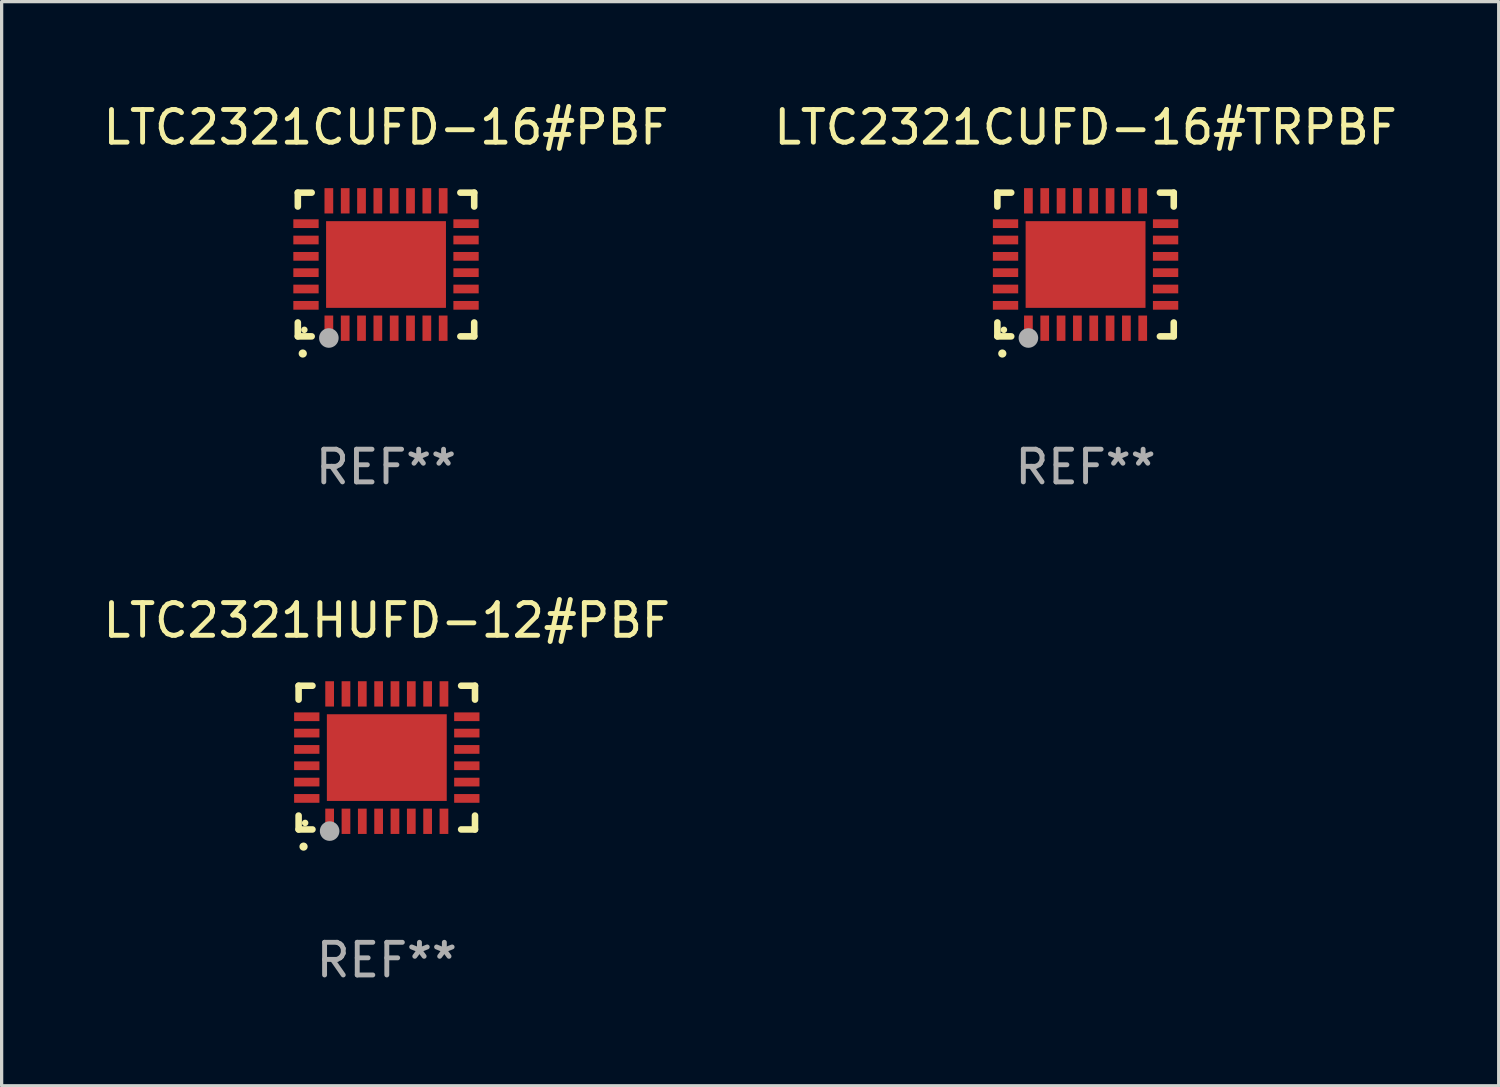
<source format=kicad_pcb>
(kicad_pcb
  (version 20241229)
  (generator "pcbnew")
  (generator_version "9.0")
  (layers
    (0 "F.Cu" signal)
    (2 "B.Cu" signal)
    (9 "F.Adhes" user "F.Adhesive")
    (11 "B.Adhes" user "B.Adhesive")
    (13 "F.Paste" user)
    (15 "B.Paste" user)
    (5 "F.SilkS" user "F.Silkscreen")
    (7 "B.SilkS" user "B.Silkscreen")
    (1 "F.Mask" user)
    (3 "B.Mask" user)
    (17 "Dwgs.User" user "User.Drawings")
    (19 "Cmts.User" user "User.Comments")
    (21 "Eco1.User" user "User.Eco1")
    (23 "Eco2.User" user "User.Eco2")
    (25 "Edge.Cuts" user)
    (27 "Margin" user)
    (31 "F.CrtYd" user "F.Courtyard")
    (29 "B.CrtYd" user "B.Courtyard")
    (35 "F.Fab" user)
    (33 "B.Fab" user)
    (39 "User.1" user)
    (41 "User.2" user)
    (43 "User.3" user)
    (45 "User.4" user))
  (footprint "LTC2321CUFD-16#PBF"
    (layer "F.Cu")
    (at 8.768 5.048)
    (property "Reference" "LTC2321CUFD-16#PBF" (at 0 -4.2 0) (layer "F.SilkS") (effects (font (size 1 1) (thickness 0.15))))
    (attr through_hole)
    (fp_line (start -2.7 -2.2) (end -2.276 -2.2) (stroke (width 0.201) (type solid)) (layer "F.SilkS"))
    (fp_line (start -2.7 -1.775) (end -2.7 -2.2) (stroke (width 0.201) (type solid)) (layer "F.SilkS"))
    (fp_line (start -2.7 2.2) (end -2.7 1.775) (stroke (width 0.201) (type solid)) (layer "F.SilkS"))
    (fp_line (start -2.276 2.2) (end -2.7 2.2) (stroke (width 0.201) (type solid)) (layer "F.SilkS"))
    (fp_line (start 2.276 2.2) (end 2.7 2.2) (stroke (width 0.201) (type solid)) (layer "F.SilkS"))
    (fp_line (start 2.7 -2.2) (end 2.276 -2.2) (stroke (width 0.201) (type solid)) (layer "F.SilkS"))
    (fp_line (start 2.7 -1.775) (end 2.7 -2.2) (stroke (width 0.201) (type solid)) (layer "F.SilkS"))
    (fp_line (start 2.7 2.2) (end 2.7 1.775) (stroke (width 0.201) (type solid)) (layer "F.SilkS"))
    (fp_arc (start -2.550165 2.725425) (mid -2.548895 2.725419) (end -2.547625 2.725425) (stroke (width 0.24892) (type solid)) (layer "F.SilkS"))
    (fp_circle (center -2.5 2) (end -2.45 2) (stroke (width 0.1) (type solid)) (fill no) (layer "F.SilkS"))
    (fp_circle (center -1.75 2.25) (end -1.6 2.25) (stroke (width 0.3) (type solid)) (fill no) (layer "F.Fab"))
    (fp_text user "REF**" (at 0 6.2 0) (layer "F.Fab") (effects (font (size 1 1) (thickness 0.15))))
    (pad "1" smd rect (at -1.75 1.95) (size 0.267 0.775) (layers "F.Cu" "F.Mask" "F.Paste"))
    (pad "2" smd rect (at -1.25 1.95) (size 0.267 0.775) (layers "F.Cu" "F.Mask" "F.Paste"))
    (pad "3" smd rect (at -0.75 1.95) (size 0.267 0.775) (layers "F.Cu" "F.Mask" "F.Paste"))
    (pad "4" smd rect (at -0.25 1.95) (size 0.267 0.775) (layers "F.Cu" "F.Mask" "F.Paste"))
    (pad "5" smd rect (at 0.25 1.95) (size 0.267 0.775) (layers "F.Cu" "F.Mask" "F.Paste"))
    (pad "6" smd rect (at 0.75 1.95) (size 0.267 0.775) (layers "F.Cu" "F.Mask" "F.Paste"))
    (pad "7" smd rect (at 1.25 1.95) (size 0.267 0.775) (layers "F.Cu" "F.Mask" "F.Paste"))
    (pad "8" smd rect (at 1.75 1.95) (size 0.267 0.775) (layers "F.Cu" "F.Mask" "F.Paste"))
    (pad "9" smd rect (at 2.45 1.25) (size 0.775 0.267) (layers "F.Cu" "F.Mask" "F.Paste"))
    (pad "10" smd rect (at 2.45 0.75) (size 0.775 0.267) (layers "F.Cu" "F.Mask" "F.Paste"))
    (pad "11" smd rect (at 2.45 0.25) (size 0.775 0.267) (layers "F.Cu" "F.Mask" "F.Paste"))
    (pad "12" smd rect (at 2.45 -0.25) (size 0.775 0.267) (layers "F.Cu" "F.Mask" "F.Paste"))
    (pad "13" smd rect (at 2.45 -0.75) (size 0.775 0.267) (layers "F.Cu" "F.Mask" "F.Paste"))
    (pad "14" smd rect (at 2.45 -1.25) (size 0.775 0.267) (layers "F.Cu" "F.Mask" "F.Paste"))
    (pad "15" smd rect (at 1.75 -1.95) (size 0.267 0.775) (layers "F.Cu" "F.Mask" "F.Paste"))
    (pad "16" smd rect (at 1.25 -1.95) (size 0.267 0.775) (layers "F.Cu" "F.Mask" "F.Paste"))
    (pad "17" smd rect (at 0.75 -1.95) (size 0.267 0.775) (layers "F.Cu" "F.Mask" "F.Paste"))
    (pad "18" smd rect (at 0.25 -1.95) (size 0.267 0.775) (layers "F.Cu" "F.Mask" "F.Paste"))
    (pad "19" smd rect (at -0.25 -1.95) (size 0.267 0.775) (layers "F.Cu" "F.Mask" "F.Paste"))
    (pad "20" smd rect (at -0.75 -1.95) (size 0.267 0.775) (layers "F.Cu" "F.Mask" "F.Paste"))
    (pad "21" smd rect (at -1.25 -1.95) (size 0.267 0.775) (layers "F.Cu" "F.Mask" "F.Paste"))
    (pad "22" smd rect (at -1.75 -1.95) (size 0.267 0.775) (layers "F.Cu" "F.Mask" "F.Paste"))
    (pad "23" smd rect (at -2.45 -1.25) (size 0.775 0.267) (layers "F.Cu" "F.Mask" "F.Paste"))
    (pad "24" smd rect (at -2.45 -0.75) (size 0.775 0.267) (layers "F.Cu" "F.Mask" "F.Paste"))
    (pad "25" smd rect (at -2.45 -0.25) (size 0.775 0.267) (layers "F.Cu" "F.Mask" "F.Paste"))
    (pad "26" smd rect (at -2.45 0.25) (size 0.775 0.267) (layers "F.Cu" "F.Mask" "F.Paste"))
    (pad "27" smd rect (at -2.45 0.75) (size 0.775 0.267) (layers "F.Cu" "F.Mask" "F.Paste"))
    (pad "28" smd rect (at -2.45 1.25) (size 0.775 0.267) (layers "F.Cu" "F.Mask" "F.Paste"))
    (pad "29" smd rect (at 0.000127 0.000127) (size 3.67 2.654) (layers "F.Cu" "F.Mask" "F.Paste")))
  (footprint "LTC2321CUFD-16#TRPBF"
    (layer "F.Cu")
    (at 30.185 5.048)
    (property "Reference" "LTC2321CUFD-16#TRPBF" (at 0 -4.2 0) (layer "F.SilkS") (effects (font (size 1 1) (thickness 0.15))))
    (attr through_hole)
    (fp_line (start -2.7 -2.2) (end -2.276 -2.2) (stroke (width 0.201) (type solid)) (layer "F.SilkS"))
    (fp_line (start -2.7 -1.775) (end -2.7 -2.2) (stroke (width 0.201) (type solid)) (layer "F.SilkS"))
    (fp_line (start -2.7 2.2) (end -2.7 1.775) (stroke (width 0.201) (type solid)) (layer "F.SilkS"))
    (fp_line (start -2.276 2.2) (end -2.7 2.2) (stroke (width 0.201) (type solid)) (layer "F.SilkS"))
    (fp_line (start 2.276 2.2) (end 2.7 2.2) (stroke (width 0.201) (type solid)) (layer "F.SilkS"))
    (fp_line (start 2.7 -2.2) (end 2.276 -2.2) (stroke (width 0.201) (type solid)) (layer "F.SilkS"))
    (fp_line (start 2.7 -1.775) (end 2.7 -2.2) (stroke (width 0.201) (type solid)) (layer "F.SilkS"))
    (fp_line (start 2.7 2.2) (end 2.7 1.775) (stroke (width 0.201) (type solid)) (layer "F.SilkS"))
    (fp_arc (start -2.550165 2.725425) (mid -2.548895 2.725419) (end -2.547625 2.725425) (stroke (width 0.24892) (type solid)) (layer "F.SilkS"))
    (fp_circle (center -2.5 2) (end -2.45 2) (stroke (width 0.1) (type solid)) (fill no) (layer "F.SilkS"))
    (fp_circle (center -1.75 2.25) (end -1.6 2.25) (stroke (width 0.3) (type solid)) (fill no) (layer "F.Fab"))
    (fp_text user "REF**" (at 0 6.2 0) (layer "F.Fab") (effects (font (size 1 1) (thickness 0.15))))
    (pad "1" smd rect (at -1.75 1.95) (size 0.267 0.775) (layers "F.Cu" "F.Mask" "F.Paste"))
    (pad "2" smd rect (at -1.25 1.95) (size 0.267 0.775) (layers "F.Cu" "F.Mask" "F.Paste"))
    (pad "3" smd rect (at -0.75 1.95) (size 0.267 0.775) (layers "F.Cu" "F.Mask" "F.Paste"))
    (pad "4" smd rect (at -0.25 1.95) (size 0.267 0.775) (layers "F.Cu" "F.Mask" "F.Paste"))
    (pad "5" smd rect (at 0.25 1.95) (size 0.267 0.775) (layers "F.Cu" "F.Mask" "F.Paste"))
    (pad "6" smd rect (at 0.75 1.95) (size 0.267 0.775) (layers "F.Cu" "F.Mask" "F.Paste"))
    (pad "7" smd rect (at 1.25 1.95) (size 0.267 0.775) (layers "F.Cu" "F.Mask" "F.Paste"))
    (pad "8" smd rect (at 1.75 1.95) (size 0.267 0.775) (layers "F.Cu" "F.Mask" "F.Paste"))
    (pad "9" smd rect (at 2.45 1.25) (size 0.775 0.267) (layers "F.Cu" "F.Mask" "F.Paste"))
    (pad "10" smd rect (at 2.45 0.75) (size 0.775 0.267) (layers "F.Cu" "F.Mask" "F.Paste"))
    (pad "11" smd rect (at 2.45 0.25) (size 0.775 0.267) (layers "F.Cu" "F.Mask" "F.Paste"))
    (pad "12" smd rect (at 2.45 -0.25) (size 0.775 0.267) (layers "F.Cu" "F.Mask" "F.Paste"))
    (pad "13" smd rect (at 2.45 -0.75) (size 0.775 0.267) (layers "F.Cu" "F.Mask" "F.Paste"))
    (pad "14" smd rect (at 2.45 -1.25) (size 0.775 0.267) (layers "F.Cu" "F.Mask" "F.Paste"))
    (pad "15" smd rect (at 1.75 -1.95) (size 0.267 0.775) (layers "F.Cu" "F.Mask" "F.Paste"))
    (pad "16" smd rect (at 1.25 -1.95) (size 0.267 0.775) (layers "F.Cu" "F.Mask" "F.Paste"))
    (pad "17" smd rect (at 0.75 -1.95) (size 0.267 0.775) (layers "F.Cu" "F.Mask" "F.Paste"))
    (pad "18" smd rect (at 0.25 -1.95) (size 0.267 0.775) (layers "F.Cu" "F.Mask" "F.Paste"))
    (pad "19" smd rect (at -0.25 -1.95) (size 0.267 0.775) (layers "F.Cu" "F.Mask" "F.Paste"))
    (pad "20" smd rect (at -0.75 -1.95) (size 0.267 0.775) (layers "F.Cu" "F.Mask" "F.Paste"))
    (pad "21" smd rect (at -1.25 -1.95) (size 0.267 0.775) (layers "F.Cu" "F.Mask" "F.Paste"))
    (pad "22" smd rect (at -1.75 -1.95) (size 0.267 0.775) (layers "F.Cu" "F.Mask" "F.Paste"))
    (pad "23" smd rect (at -2.45 -1.25) (size 0.775 0.267) (layers "F.Cu" "F.Mask" "F.Paste"))
    (pad "24" smd rect (at -2.45 -0.75) (size 0.775 0.267) (layers "F.Cu" "F.Mask" "F.Paste"))
    (pad "25" smd rect (at -2.45 -0.25) (size 0.775 0.267) (layers "F.Cu" "F.Mask" "F.Paste"))
    (pad "26" smd rect (at -2.45 0.25) (size 0.775 0.267) (layers "F.Cu" "F.Mask" "F.Paste"))
    (pad "27" smd rect (at -2.45 0.75) (size 0.775 0.267) (layers "F.Cu" "F.Mask" "F.Paste"))
    (pad "28" smd rect (at -2.45 1.25) (size 0.775 0.267) (layers "F.Cu" "F.Mask" "F.Paste"))
    (pad "29" smd rect (at 0.000127 0.000127) (size 3.67 2.654) (layers "F.Cu" "F.Mask" "F.Paste")))
  (footprint "LTC2321HUFD-12#PBF"
    (layer "F.Cu")
    (at 8.792 20.144)
    (property "Reference" "LTC2321HUFD-12#PBF" (at 0 -4.2 0) (layer "F.SilkS") (effects (font (size 1 1) (thickness 0.15))))
    (attr through_hole)
    (fp_line (start -2.7 -2.2) (end -2.276 -2.2) (stroke (width 0.201) (type solid)) (layer "F.SilkS"))
    (fp_line (start -2.7 -1.775) (end -2.7 -2.2) (stroke (width 0.201) (type solid)) (layer "F.SilkS"))
    (fp_line (start -2.7 2.2) (end -2.7 1.775) (stroke (width 0.201) (type solid)) (layer "F.SilkS"))
    (fp_line (start -2.276 2.2) (end -2.7 2.2) (stroke (width 0.201) (type solid)) (layer "F.SilkS"))
    (fp_line (start 2.276 2.2) (end 2.7 2.2) (stroke (width 0.201) (type solid)) (layer "F.SilkS"))
    (fp_line (start 2.7 -2.2) (end 2.276 -2.2) (stroke (width 0.201) (type solid)) (layer "F.SilkS"))
    (fp_line (start 2.7 -1.775) (end 2.7 -2.2) (stroke (width 0.201) (type solid)) (layer "F.SilkS"))
    (fp_line (start 2.7 2.2) (end 2.7 1.775) (stroke (width 0.201) (type solid)) (layer "F.SilkS"))
    (fp_arc (start -2.550165 2.725425) (mid -2.548895 2.725419) (end -2.547625 2.725425) (stroke (width 0.24892) (type solid)) (layer "F.SilkS"))
    (fp_circle (center -2.5 2) (end -2.45 2) (stroke (width 0.1) (type solid)) (fill no) (layer "F.SilkS"))
    (fp_circle (center -1.75 2.25) (end -1.6 2.25) (stroke (width 0.3) (type solid)) (fill no) (layer "F.Fab"))
    (fp_text user "REF**" (at 0 6.2 0) (layer "F.Fab") (effects (font (size 1 1) (thickness 0.15))))
    (pad "1" smd rect (at -1.75 1.95) (size 0.267 0.775) (layers "F.Cu" "F.Mask" "F.Paste"))
    (pad "2" smd rect (at -1.25 1.95) (size 0.267 0.775) (layers "F.Cu" "F.Mask" "F.Paste"))
    (pad "3" smd rect (at -0.75 1.95) (size 0.267 0.775) (layers "F.Cu" "F.Mask" "F.Paste"))
    (pad "4" smd rect (at -0.25 1.95) (size 0.267 0.775) (layers "F.Cu" "F.Mask" "F.Paste"))
    (pad "5" smd rect (at 0.25 1.95) (size 0.267 0.775) (layers "F.Cu" "F.Mask" "F.Paste"))
    (pad "6" smd rect (at 0.75 1.95) (size 0.267 0.775) (layers "F.Cu" "F.Mask" "F.Paste"))
    (pad "7" smd rect (at 1.25 1.95) (size 0.267 0.775) (layers "F.Cu" "F.Mask" "F.Paste"))
    (pad "8" smd rect (at 1.75 1.95) (size 0.267 0.775) (layers "F.Cu" "F.Mask" "F.Paste"))
    (pad "9" smd rect (at 2.45 1.25) (size 0.775 0.267) (layers "F.Cu" "F.Mask" "F.Paste"))
    (pad "10" smd rect (at 2.45 0.75) (size 0.775 0.267) (layers "F.Cu" "F.Mask" "F.Paste"))
    (pad "11" smd rect (at 2.45 0.25) (size 0.775 0.267) (layers "F.Cu" "F.Mask" "F.Paste"))
    (pad "12" smd rect (at 2.45 -0.25) (size 0.775 0.267) (layers "F.Cu" "F.Mask" "F.Paste"))
    (pad "13" smd rect (at 2.45 -0.75) (size 0.775 0.267) (layers "F.Cu" "F.Mask" "F.Paste"))
    (pad "14" smd rect (at 2.45 -1.25) (size 0.775 0.267) (layers "F.Cu" "F.Mask" "F.Paste"))
    (pad "15" smd rect (at 1.75 -1.95) (size 0.267 0.775) (layers "F.Cu" "F.Mask" "F.Paste"))
    (pad "16" smd rect (at 1.25 -1.95) (size 0.267 0.775) (layers "F.Cu" "F.Mask" "F.Paste"))
    (pad "17" smd rect (at 0.75 -1.95) (size 0.267 0.775) (layers "F.Cu" "F.Mask" "F.Paste"))
    (pad "18" smd rect (at 0.25 -1.95) (size 0.267 0.775) (layers "F.Cu" "F.Mask" "F.Paste"))
    (pad "19" smd rect (at -0.25 -1.95) (size 0.267 0.775) (layers "F.Cu" "F.Mask" "F.Paste"))
    (pad "20" smd rect (at -0.75 -1.95) (size 0.267 0.775) (layers "F.Cu" "F.Mask" "F.Paste"))
    (pad "21" smd rect (at -1.25 -1.95) (size 0.267 0.775) (layers "F.Cu" "F.Mask" "F.Paste"))
    (pad "22" smd rect (at -1.75 -1.95) (size 0.267 0.775) (layers "F.Cu" "F.Mask" "F.Paste"))
    (pad "23" smd rect (at -2.45 -1.25) (size 0.775 0.267) (layers "F.Cu" "F.Mask" "F.Paste"))
    (pad "24" smd rect (at -2.45 -0.75) (size 0.775 0.267) (layers "F.Cu" "F.Mask" "F.Paste"))
    (pad "25" smd rect (at -2.45 -0.25) (size 0.775 0.267) (layers "F.Cu" "F.Mask" "F.Paste"))
    (pad "26" smd rect (at -2.45 0.25) (size 0.775 0.267) (layers "F.Cu" "F.Mask" "F.Paste"))
    (pad "27" smd rect (at -2.45 0.75) (size 0.775 0.267) (layers "F.Cu" "F.Mask" "F.Paste"))
    (pad "28" smd rect (at -2.45 1.25) (size 0.775 0.267) (layers "F.Cu" "F.Mask" "F.Paste"))
    (pad "29" smd rect (at 0.000127 0.000127) (size 3.67 2.654) (layers "F.Cu" "F.Mask" "F.Paste")))
  (gr_rect
    (start -3 -3)
    (end 42.833 30.192)
    (stroke (width 0.1) (type default))
    (fill no)
    (layer "Edge.Cuts")))
</source>
